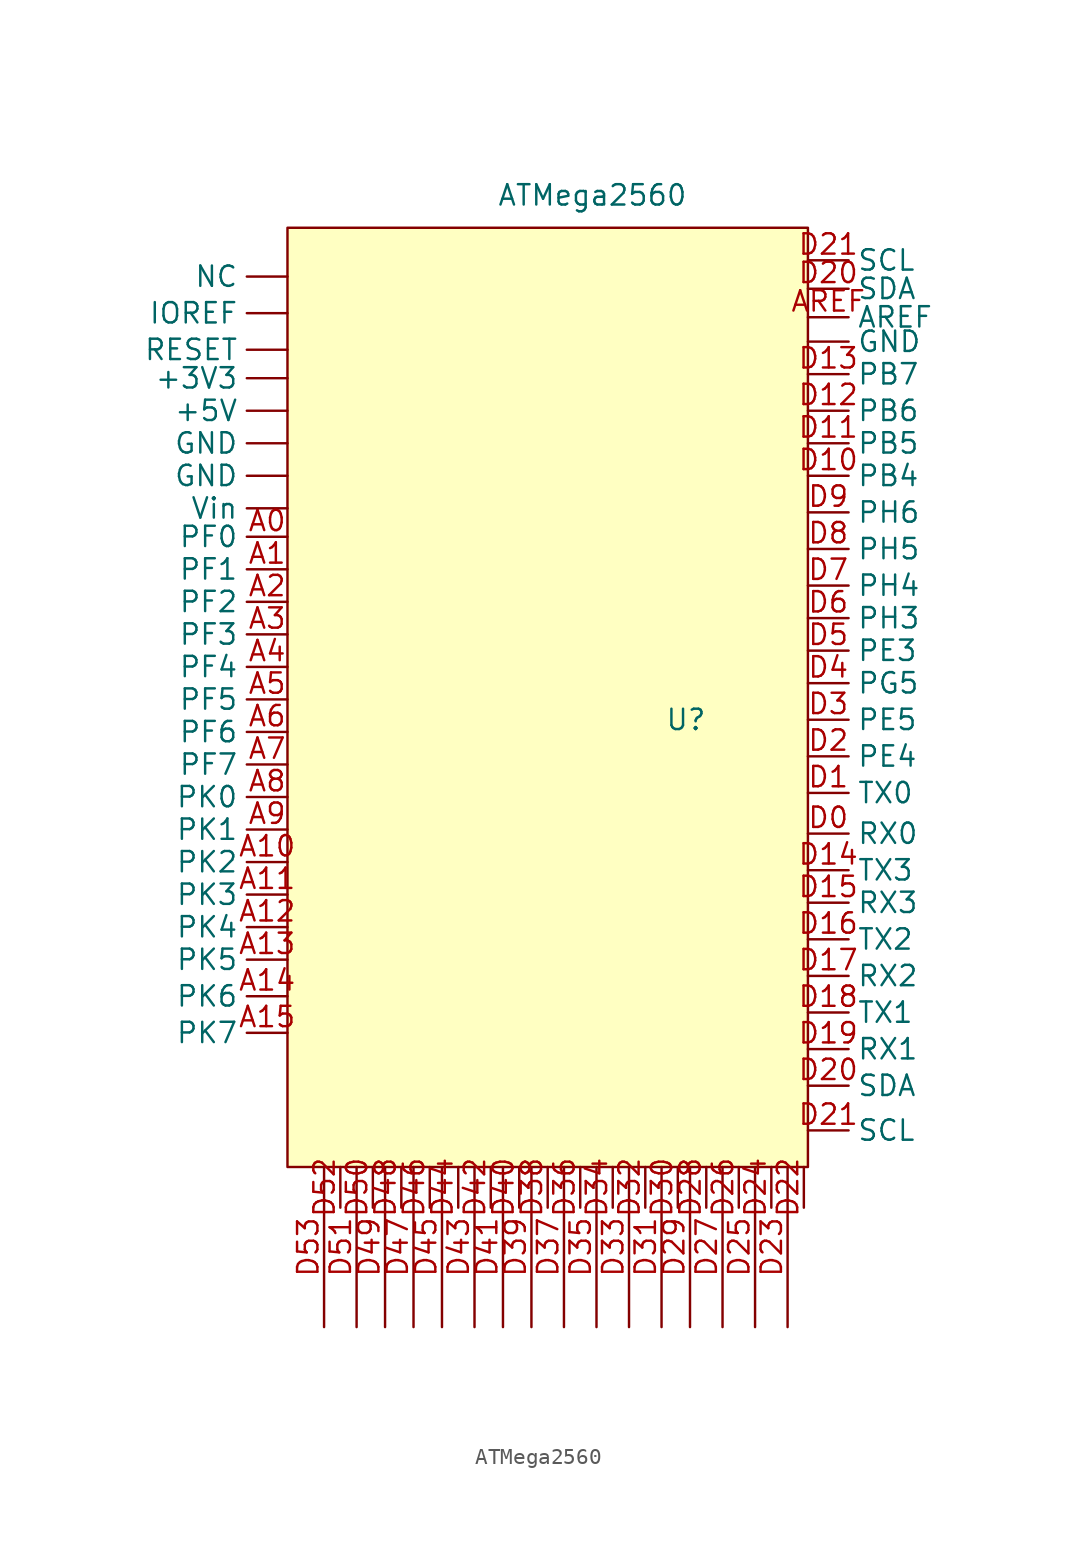
<source format=kicad_sym>
(kicad_symbol_lib
  (version 20211014)
  (generator kicad_symbol_editor)
  (symbol "ATMega2560"
    (property "Reference" "U"
      (at 1.27 -26.67 0)
      (effects (font (size 1.27 1.27))))
    (property "Value" "ATMega2560"
      (at -4.572 6.096 0)
      (effects (font (size 1.27 1.27))))
    (symbol "ATMega2560_0_0"
      (text "" (at 9.652 -30.734 0) (effects (font (size 1.27 1.27)))))
    (symbol "ATMega2560_0_1"
      (rectangle (start -23.622 4.064) (end 8.89 -54.61) (stroke (width 0) (type default) (color 0 0 0 0)) (fill (type background))))
    (symbol "ATMega2560_1_1"
      (pin bidirectional line (at -23.622 -5.334 180) (length 2.54) (name "+3V3" (effects (font (size 1.27 1.27)))) (number "" (effects (font (size 1.27 1.27)))))
      (pin bidirectional line (at -23.622 -7.366 180) (length 2.54) (name "+5V" (effects (font (size 1.27 1.27)))) (number "" (effects (font (size 1.27 1.27)))))
      (pin bidirectional line (at -23.622 -11.43 180) (length 2.54) (name "GND" (effects (font (size 1.27 1.27)))) (number "" (effects (font (size 1.27 1.27)))))
      (pin bidirectional line (at -23.622 -9.398 180) (length 2.54) (name "GND" (effects (font (size 1.27 1.27)))) (number "" (effects (font (size 1.27 1.27)))))
      (pin bidirectional line (at 8.89 -3.048 0) (length 2.54) (name "GND" (effects (font (size 1.27 1.27)))) (number "" (effects (font (size 1.27 1.27)))))
      (pin bidirectional line (at -23.622 -1.27 180) (length 2.54) (name "IOREF" (effects (font (size 1.27 1.27)))) (number "" (effects (font (size 1.27 1.27)))))
      (pin bidirectional line (at -23.622 1.016 180) (length 2.54) (name "NC" (effects (font (size 1.27 1.27)))) (number "" (effects (font (size 1.27 1.27)))))
      (pin bidirectional line (at -23.622 -3.556 180) (length 2.54) (name "RESET" (effects (font (size 1.27 1.27)))) (number "" (effects (font (size 1.27 1.27)))))
      (pin bidirectional line (at -23.622 -13.462 180) (length 2.54) (name "Vin" (effects (font (size 1.27 1.27)))) (number "" (effects (font (size 1.27 1.27)))))
      (pin bidirectional line (at -23.622 -15.24 180) (length 2.54) (name "PF0" (effects (font (size 1.27 1.27)))) (number "A0" (effects (font (size 1.27 1.27)))))
      (pin bidirectional line (at -23.622 -17.272 180) (length 2.54) (name "PF1" (effects (font (size 1.27 1.27)))) (number "A1" (effects (font (size 1.27 1.27)))))
      (pin bidirectional line (at -23.622 -35.56 180) (length 2.54) (name "PK2" (effects (font (size 1.27 1.27)))) (number "A10" (effects (font (size 1.27 1.27)))))
      (pin bidirectional line (at -23.622 -37.592 180) (length 2.54) (name "PK3" (effects (font (size 1.27 1.27)))) (number "A11" (effects (font (size 1.27 1.27)))))
      (pin bidirectional line (at -23.622 -39.624 180) (length 2.54) (name "PK4" (effects (font (size 1.27 1.27)))) (number "A12" (effects (font (size 1.27 1.27)))))
      (pin bidirectional line (at -23.622 -41.656 180) (length 2.54) (name "PK5" (effects (font (size 1.27 1.27)))) (number "A13" (effects (font (size 1.27 1.27)))))
      (pin bidirectional line (at -23.622 -43.942 180) (length 2.54) (name "PK6" (effects (font (size 1.27 1.27)))) (number "A14" (effects (font (size 1.27 1.27)))))
      (pin bidirectional line (at -23.622 -46.228 180) (length 2.54) (name "PK7" (effects (font (size 1.27 1.27)))) (number "A15" (effects (font (size 1.27 1.27)))))
      (pin bidirectional line (at -23.622 -19.304 180) (length 2.54) (name "PF2" (effects (font (size 1.27 1.27)))) (number "A2" (effects (font (size 1.27 1.27)))))
      (pin bidirectional line (at -23.622 -21.336 180) (length 2.54) (name "PF3" (effects (font (size 1.27 1.27)))) (number "A3" (effects (font (size 1.27 1.27)))))
      (pin bidirectional line (at -23.622 -23.368 180) (length 2.54) (name "PF4" (effects (font (size 1.27 1.27)))) (number "A4" (effects (font (size 1.27 1.27)))))
      (pin bidirectional line (at -23.622 -25.4 180) (length 2.54) (name "PF5" (effects (font (size 1.27 1.27)))) (number "A5" (effects (font (size 1.27 1.27)))))
      (pin bidirectional line (at -23.622 -27.432 180) (length 2.54) (name "PF6" (effects (font (size 1.27 1.27)))) (number "A6" (effects (font (size 1.27 1.27)))))
      (pin bidirectional line (at -23.622 -29.464 180) (length 2.54) (name "PF7" (effects (font (size 1.27 1.27)))) (number "A7" (effects (font (size 1.27 1.27)))))
      (pin bidirectional line (at -23.622 -31.496 180) (length 2.54) (name "PK0" (effects (font (size 1.27 1.27)))) (number "A8" (effects (font (size 1.27 1.27)))))
      (pin bidirectional line (at -23.622 -33.528 180) (length 2.54) (name "PK1" (effects (font (size 1.27 1.27)))) (number "A9" (effects (font (size 1.27 1.27)))))
      (pin bidirectional line (at 8.89 -1.524 0) (length 2.54) (name "AREF" (effects (font (size 1.27 1.27)))) (number "AREF" (effects (font (size 1.27 1.27)))))
      (pin bidirectional line (at 8.89 -33.782 0) (length 2.54) (name "RX0" (effects (font (size 1.27 1.27)))) (number "D0" (effects (font (size 1.27 1.27)))))
      (pin bidirectional line (at 8.89 -31.242 0) (length 2.54) (name "TX0" (effects (font (size 1.27 1.27)))) (number "D1" (effects (font (size 1.27 1.27)))))
      (pin bidirectional line (at 8.89 -11.43 0) (length 2.54) (name "PB4" (effects (font (size 1.27 1.27)))) (number "D10" (effects (font (size 1.27 1.27)))))
      (pin bidirectional line (at 8.89 -9.398 0) (length 2.54) (name "PB5" (effects (font (size 1.27 1.27)))) (number "D11" (effects (font (size 1.27 1.27)))))
      (pin bidirectional line (at 8.89 -7.366 0) (length 2.54) (name "PB6" (effects (font (size 1.27 1.27)))) (number "D12" (effects (font (size 1.27 1.27)))))
      (pin bidirectional line (at 8.89 -5.08 0) (length 2.54) (name "PB7" (effects (font (size 1.27 1.27)))) (number "D13" (effects (font (size 1.27 1.27)))))
      (pin bidirectional line (at 8.89 -36.068 0) (length 2.54) (name "TX3" (effects (font (size 1.27 1.27)))) (number "D14" (effects (font (size 1.27 1.27)))))
      (pin bidirectional line (at 8.89 -38.1 0) (length 2.54) (name "RX3" (effects (font (size 1.27 1.27)))) (number "D15" (effects (font (size 1.27 1.27)))))
      (pin bidirectional line (at 8.89 -40.386 0) (length 2.54) (name "TX2" (effects (font (size 1.27 1.27)))) (number "D16" (effects (font (size 1.27 1.27)))))
      (pin bidirectional line (at 8.89 -42.672 0) (length 2.54) (name "RX2" (effects (font (size 1.27 1.27)))) (number "D17" (effects (font (size 1.27 1.27)))))
      (pin bidirectional line (at 8.89 -44.958 0) (length 2.54) (name "TX1" (effects (font (size 1.27 1.27)))) (number "D18" (effects (font (size 1.27 1.27)))))
      (pin bidirectional line (at 8.89 -47.244 0) (length 2.54) (name "RX1" (effects (font (size 1.27 1.27)))) (number "D19" (effects (font (size 1.27 1.27)))))
      (pin bidirectional line (at 8.89 -28.956 0) (length 2.54) (name "PE4" (effects (font (size 1.27 1.27)))) (number "D2" (effects (font (size 1.27 1.27)))))
      (pin bidirectional line (at 8.89 -49.53 0) (length 2.54) (name "SDA" (effects (font (size 1.27 1.27)))) (number "D20" (effects (font (size 1.27 1.27)))))
      (pin bidirectional line (at 8.89 0.254 0) (length 2.54) (name "SDA" (effects (font (size 1.27 1.27)))) (number "D20" (effects (font (size 1.27 1.27)))))
      (pin bidirectional line (at 8.89 -52.324 0) (length 2.54) (name "SCL" (effects (font (size 1.27 1.27)))) (number "D21" (effects (font (size 1.27 1.27)))))
      (pin bidirectional line (at 8.89 2.032 0) (length 2.54) (name "SCL" (effects (font (size 1.27 1.27)))) (number "D21" (effects (font (size 1.27 1.27)))))
      (pin bidirectional line (at 8.636 -54.61 270) (length 2.54) (name "" (effects (font (size 1.27 1.27)))) (number "D22" (effects (font (size 1.27 1.27)))))
      (pin bidirectional line (at 7.62 -54.61 270) (length 10) (name "" (effects (font (size 1.27 1.27)))) (number "D23" (effects (font (size 1.27 1.27)))))
      (pin bidirectional line (at 6.604 -54.61 270) (length 2.54) (name "" (effects (font (size 1.27 1.27)))) (number "D24" (effects (font (size 1.27 1.27)))))
      (pin bidirectional line (at 5.588 -54.61 270) (length 10) (name "" (effects (font (size 1.27 1.27)))) (number "D25" (effects (font (size 1.27 1.27)))))
      (pin bidirectional line (at 4.572 -54.61 270) (length 2.54) (name "" (effects (font (size 1.27 1.27)))) (number "D26" (effects (font (size 1.27 1.27)))))
      (pin bidirectional line (at 3.556 -54.61 270) (length 10) (name "" (effects (font (size 1.27 1.27)))) (number "D27" (effects (font (size 1.27 1.27)))))
      (pin bidirectional line (at 2.54 -54.61 270) (length 2.54) (name "" (effects (font (size 1.27 1.27)))) (number "D28" (effects (font (size 1.27 1.27)))))
      (pin bidirectional line (at 1.524 -54.61 270) (length 10) (name "" (effects (font (size 1.27 1.27)))) (number "D29" (effects (font (size 1.27 1.27)))))
      (pin bidirectional line (at 8.89 -26.67 0) (length 2.54) (name "PE5" (effects (font (size 1.27 1.27)))) (number "D3" (effects (font (size 1.27 1.27)))))
      (pin bidirectional line (at 0.762 -54.61 270) (length 2.54) (name "" (effects (font (size 1.27 1.27)))) (number "D30" (effects (font (size 1.27 1.27)))))
      (pin bidirectional line (at -0.254 -54.61 270) (length 10) (name "" (effects (font (size 1.27 1.27)))) (number "D31" (effects (font (size 1.27 1.27)))))
      (pin bidirectional line (at -1.27 -54.61 270) (length 2.54) (name "" (effects (font (size 1.27 1.27)))) (number "D32" (effects (font (size 1.27 1.27)))))
      (pin bidirectional line (at -2.286 -54.61 270) (length 10) (name "" (effects (font (size 1.27 1.27)))) (number "D33" (effects (font (size 1.27 1.27)))))
      (pin bidirectional line (at -3.302 -54.61 270) (length 2.54) (name "" (effects (font (size 1.27 1.27)))) (number "D34" (effects (font (size 1.27 1.27)))))
      (pin bidirectional line (at -4.318 -54.61 270) (length 10) (name "" (effects (font (size 1.27 1.27)))) (number "D35" (effects (font (size 1.27 1.27)))))
      (pin bidirectional line (at -5.334 -54.61 270) (length 2.54) (name "" (effects (font (size 1.27 1.27)))) (number "D36" (effects (font (size 1.27 1.27)))))
      (pin bidirectional line (at -6.35 -54.61 270) (length 10) (name "" (effects (font (size 1.27 1.27)))) (number "D37" (effects (font (size 1.27 1.27)))))
      (pin bidirectional line (at -7.366 -54.61 270) (length 2.54) (name "" (effects (font (size 1.27 1.27)))) (number "D38" (effects (font (size 1.27 1.27)))))
      (pin bidirectional line (at -8.382 -54.61 270) (length 10) (name "" (effects (font (size 1.27 1.27)))) (number "D39" (effects (font (size 1.27 1.27)))))
      (pin bidirectional line (at 8.89 -24.384 0) (length 2.54) (name "PG5" (effects (font (size 1.27 1.27)))) (number "D4" (effects (font (size 1.27 1.27)))))
      (pin bidirectional line (at -9.144 -54.61 270) (length 2.54) (name "" (effects (font (size 1.27 1.27)))) (number "D40" (effects (font (size 1.27 1.27)))))
      (pin bidirectional line (at -10.16 -54.61 270) (length 10) (name "" (effects (font (size 1.27 1.27)))) (number "D41" (effects (font (size 1.27 1.27)))))
      (pin bidirectional line (at -10.922 -54.61 270) (length 2.54) (name "" (effects (font (size 1.27 1.27)))) (number "D42" (effects (font (size 1.27 1.27)))))
      (pin bidirectional line (at -11.938 -54.61 270) (length 10) (name "" (effects (font (size 1.27 1.27)))) (number "D43" (effects (font (size 1.27 1.27)))))
      (pin bidirectional line (at -12.954 -54.61 270) (length 2.54) (name "" (effects (font (size 1.27 1.27)))) (number "D44" (effects (font (size 1.27 1.27)))))
      (pin bidirectional line (at -13.97 -54.61 270) (length 10) (name "" (effects (font (size 1.27 1.27)))) (number "D45" (effects (font (size 1.27 1.27)))))
      (pin bidirectional line (at -14.732 -54.61 270) (length 2.54) (name "" (effects (font (size 1.27 1.27)))) (number "D46" (effects (font (size 1.27 1.27)))))
      (pin bidirectional line (at -15.748 -54.61 270) (length 10) (name "" (effects (font (size 1.27 1.27)))) (number "D47" (effects (font (size 1.27 1.27)))))
      (pin bidirectional line (at -16.51 -54.61 270) (length 2.54) (name "" (effects (font (size 1.27 1.27)))) (number "D48" (effects (font (size 1.27 1.27)))))
      (pin bidirectional line (at -17.526 -54.61 270) (length 10) (name "" (effects (font (size 1.27 1.27)))) (number "D49" (effects (font (size 1.27 1.27)))))
      (pin bidirectional line (at 8.89 -22.352 0) (length 2.54) (name "PE3" (effects (font (size 1.27 1.27)))) (number "D5" (effects (font (size 1.27 1.27)))))
      (pin bidirectional line (at -18.288 -54.61 270) (length 2.54) (name "" (effects (font (size 1.27 1.27)))) (number "D50" (effects (font (size 1.27 1.27)))))
      (pin bidirectional line (at -19.304 -54.61 270) (length 10) (name "" (effects (font (size 1.27 1.27)))) (number "D51" (effects (font (size 1.27 1.27)))))
      (pin bidirectional line (at -20.32 -54.61 270) (length 2.54) (name "" (effects (font (size 1.27 1.27)))) (number "D52" (effects (font (size 1.27 1.27)))))
      (pin bidirectional line (at -21.336 -54.61 270) (length 10) (name "" (effects (font (size 1.27 1.27)))) (number "D53" (effects (font (size 1.27 1.27)))))
      (pin bidirectional line (at 8.89 -20.32 0) (length 2.54) (name "PH3" (effects (font (size 1.27 1.27)))) (number "D6" (effects (font (size 1.27 1.27)))))
      (pin bidirectional line (at 8.89 -18.288 0) (length 2.54) (name "PH4" (effects (font (size 1.27 1.27)))) (number "D7" (effects (font (size 1.27 1.27)))))
      (pin bidirectional line (at 8.89 -16.002 0) (length 2.54) (name "PH5" (effects (font (size 1.27 1.27)))) (number "D8" (effects (font (size 1.27 1.27)))))
      (pin bidirectional line (at 8.89 -13.716 0) (length 2.54) (name "PH6" (effects (font (size 1.27 1.27)))) (number "D9" (effects (font (size 1.27 1.27))))))))
</source>
